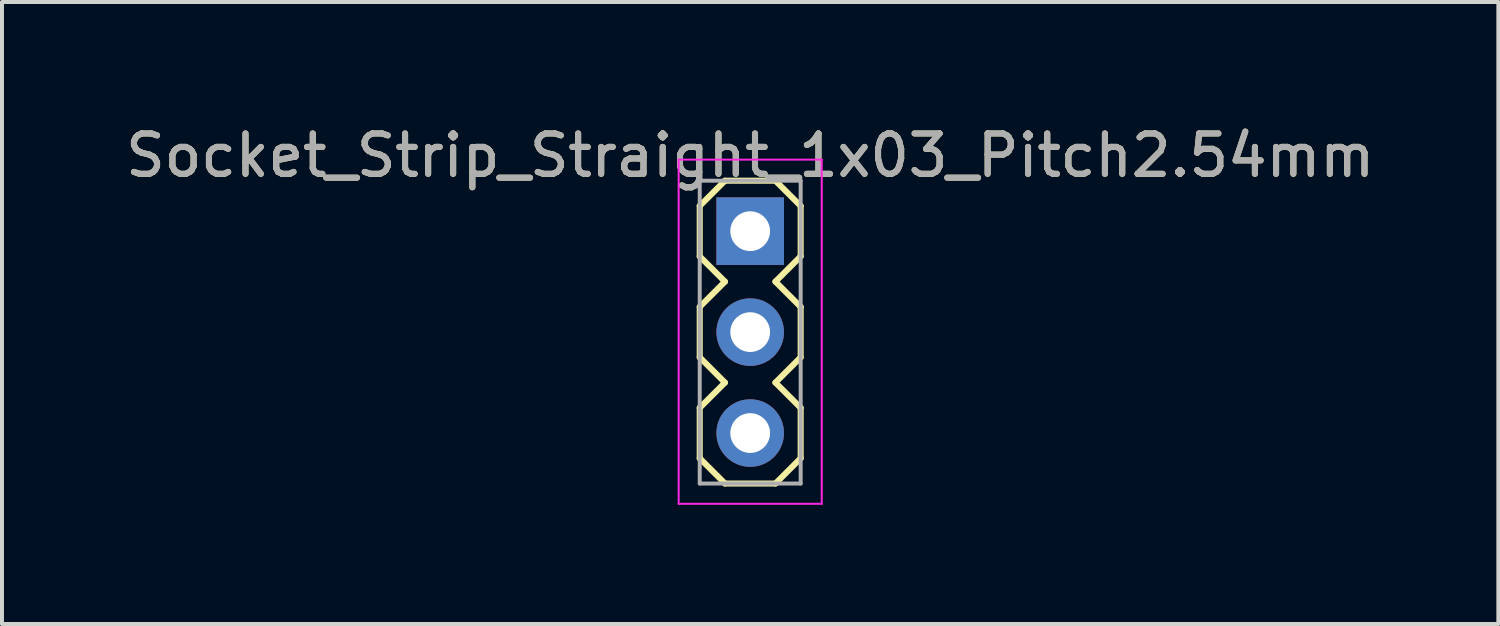
<source format=kicad_pcb>
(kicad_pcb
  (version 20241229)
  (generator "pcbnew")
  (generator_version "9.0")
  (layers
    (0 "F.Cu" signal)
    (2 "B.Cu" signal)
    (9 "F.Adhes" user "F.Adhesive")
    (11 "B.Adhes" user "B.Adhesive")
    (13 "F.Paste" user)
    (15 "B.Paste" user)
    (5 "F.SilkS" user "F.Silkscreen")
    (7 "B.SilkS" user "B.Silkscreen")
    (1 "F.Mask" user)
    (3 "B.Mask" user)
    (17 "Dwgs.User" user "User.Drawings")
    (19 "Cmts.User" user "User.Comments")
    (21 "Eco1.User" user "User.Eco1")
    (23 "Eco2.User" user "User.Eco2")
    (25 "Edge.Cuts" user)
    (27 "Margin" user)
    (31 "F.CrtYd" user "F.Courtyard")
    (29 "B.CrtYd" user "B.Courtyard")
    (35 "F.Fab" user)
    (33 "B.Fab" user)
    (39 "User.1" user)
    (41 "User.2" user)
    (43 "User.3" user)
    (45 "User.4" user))
  (footprint "Socket_Strip_Straight_1x03_Pitch2.54mm"
    (layer "F.Cu")
    (at 15.827 2.767)
    (property "Reference" "Socket_Strip_Straight_1x03_Pitch2.54mm" (at 0 -1.905 0) (layer "F.SilkS") (effects (font (size 1.016 1.016) (thickness 0.152))))
    (attr through_hole)
    (fp_line (start -1.27 -0.635) (end -1.27 0.635) (stroke (width 0.152) (type solid)) (layer "F.SilkS"))
    (fp_line (start -1.27 0.635) (end -0.635 1.27) (stroke (width 0.152) (type solid)) (layer "F.SilkS"))
    (fp_line (start -1.27 1.905) (end -1.27 3.175) (stroke (width 0.152) (type solid)) (layer "F.SilkS"))
    (fp_line (start -1.27 3.175) (end -0.635 3.81) (stroke (width 0.152) (type solid)) (layer "F.SilkS"))
    (fp_line (start -1.27 4.445) (end -1.27 5.715) (stroke (width 0.152) (type solid)) (layer "F.SilkS"))
    (fp_line (start -1.27 5.715) (end -0.635 6.35) (stroke (width 0.152) (type solid)) (layer "F.SilkS"))
    (fp_line (start -0.635 -1.27) (end -1.27 -0.635) (stroke (width 0.152) (type solid)) (layer "F.SilkS"))
    (fp_line (start -0.635 1.27) (end -1.27 1.905) (stroke (width 0.152) (type solid)) (layer "F.SilkS"))
    (fp_line (start -0.635 3.81) (end -1.27 4.445) (stroke (width 0.152) (type solid)) (layer "F.SilkS"))
    (fp_line (start -0.635 6.35) (end 0.635 6.35) (stroke (width 0.152) (type solid)) (layer "F.SilkS"))
    (fp_line (start 0.635 -1.27) (end -0.635 -1.27) (stroke (width 0.152) (type solid)) (layer "F.SilkS"))
    (fp_line (start 0.635 1.27) (end 1.27 0.635) (stroke (width 0.152) (type solid)) (layer "F.SilkS"))
    (fp_line (start 0.635 3.81) (end 1.27 3.175) (stroke (width 0.152) (type solid)) (layer "F.SilkS"))
    (fp_line (start 0.635 6.35) (end 1.27 5.715) (stroke (width 0.152) (type solid)) (layer "F.SilkS"))
    (fp_line (start 1.27 -0.635) (end 0.635 -1.27) (stroke (width 0.152) (type solid)) (layer "F.SilkS"))
    (fp_line (start 1.27 0.635) (end 1.27 -0.635) (stroke (width 0.152) (type solid)) (layer "F.SilkS"))
    (fp_line (start 1.27 1.905) (end 0.635 1.27) (stroke (width 0.152) (type solid)) (layer "F.SilkS"))
    (fp_line (start 1.27 3.175) (end 1.27 1.905) (stroke (width 0.152) (type solid)) (layer "F.SilkS"))
    (fp_line (start 1.27 4.445) (end 0.635 3.81) (stroke (width 0.152) (type solid)) (layer "F.SilkS"))
    (fp_line (start 1.27 5.715) (end 1.27 4.445) (stroke (width 0.152) (type solid)) (layer "F.SilkS"))
    (fp_line (start -1.8 -1.8) (end -1.8 6.86) (stroke (width 0.05) (type solid)) (layer "F.CrtYd"))
    (fp_line (start -1.8 6.86) (end 1.8 6.86) (stroke (width 0.05) (type solid)) (layer "F.CrtYd"))
    (fp_line (start 1.8 -1.8) (end -1.8 -1.8) (stroke (width 0.05) (type solid)) (layer "F.CrtYd"))
    (fp_line (start 1.8 6.86) (end 1.8 -1.8) (stroke (width 0.05) (type solid)) (layer "F.CrtYd"))
    (fp_line (start -1.27 -1.27) (end -1.27 6.35) (stroke (width 0.1) (type solid)) (layer "F.Fab"))
    (fp_line (start -1.27 6.35) (end 1.27 6.35) (stroke (width 0.1) (type solid)) (layer "F.Fab"))
    (fp_line (start 1.27 -1.27) (end -1.27 -1.27) (stroke (width 0.1) (type solid)) (layer "F.Fab"))
    (fp_line (start 1.27 6.35) (end 1.27 -1.27) (stroke (width 0.1) (type solid)) (layer "F.Fab"))
    (fp_text user "${REFERENCE}" (at 0 -1.905 0) (layer "F.Fab") (effects (font (size 1.016 1.016) (thickness 0.152))))
    (pad "1" thru_hole rect (at 0 0) (size 1.7 1.7) (drill 1) (layers "*.Cu" "*.Mask"))
    (pad "2" thru_hole oval (at 0 2.54) (size 1.7 1.7) (drill 1) (layers "*.Cu" "*.Mask"))
    (pad "3" thru_hole oval (at 0 5.08) (size 1.7 1.7) (drill 1) (layers "*.Cu" "*.Mask")))
  (gr_rect
    (start -3 -3)
    (end 34.653 12.652)
    (stroke (width 0.1) (type default))
    (fill no)
    (layer "Edge.Cuts")))
</source>
